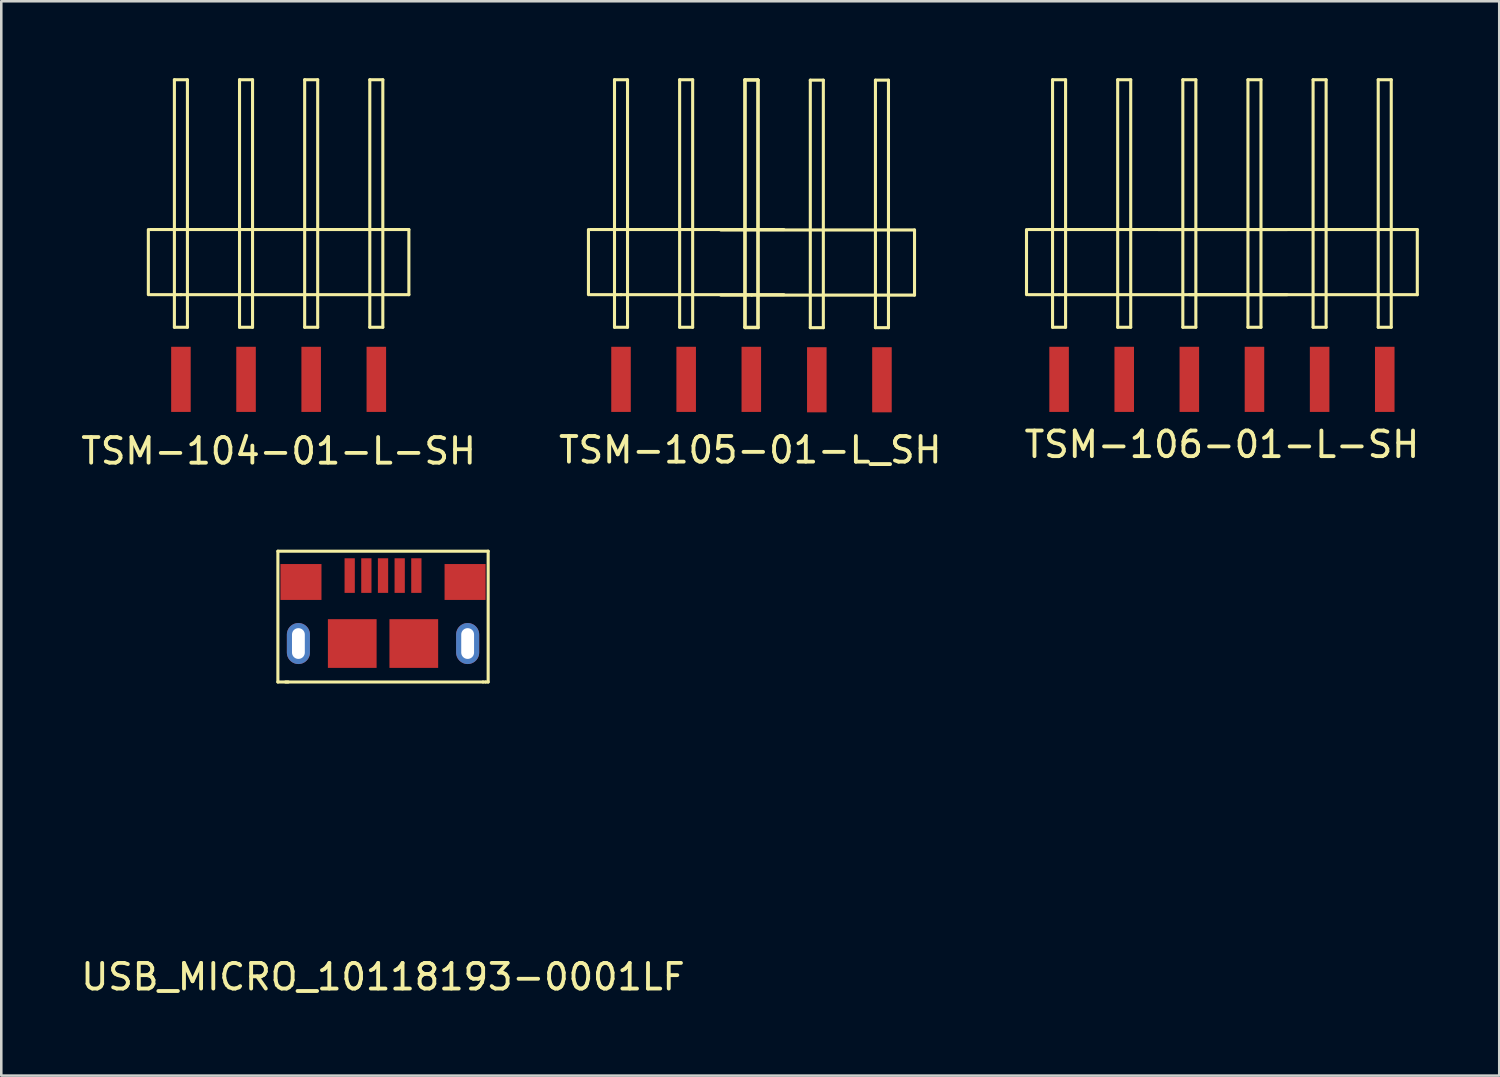
<source format=kicad_pcb>
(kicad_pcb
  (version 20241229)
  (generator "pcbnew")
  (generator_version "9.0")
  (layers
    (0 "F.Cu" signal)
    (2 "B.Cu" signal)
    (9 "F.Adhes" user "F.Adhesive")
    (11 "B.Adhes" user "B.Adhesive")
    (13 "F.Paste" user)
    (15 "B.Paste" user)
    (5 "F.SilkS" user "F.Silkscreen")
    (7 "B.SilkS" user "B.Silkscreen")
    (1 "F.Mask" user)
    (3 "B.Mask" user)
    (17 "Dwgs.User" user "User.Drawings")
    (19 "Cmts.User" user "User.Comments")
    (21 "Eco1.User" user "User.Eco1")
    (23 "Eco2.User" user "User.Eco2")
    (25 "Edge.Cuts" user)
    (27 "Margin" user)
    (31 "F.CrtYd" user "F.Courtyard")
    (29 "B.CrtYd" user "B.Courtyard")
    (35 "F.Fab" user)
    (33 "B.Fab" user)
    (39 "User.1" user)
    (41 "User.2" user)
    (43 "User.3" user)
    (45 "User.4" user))
  (footprint "TSM-104-01-L-SH"
    (layer "F.Cu")
    (at 7.815 11.744)
    (property "Reference" "TSM-104-01-L-SH" (at 0 2.794 0) (layer "F.SilkS") (effects (font (size 1 1) (thickness 0.15))))
    (attr through_hole)
    (fp_line (start -5.08 -5.842) (end -5.08 -3.302) (stroke (width 0.12) (type solid)) (layer "F.SilkS"))
    (fp_line (start -5.016 -3.302) (end -3.81 -3.302) (stroke (width 0.12) (type solid)) (layer "F.SilkS"))
    (fp_line (start -4.064 -11.684) (end -3.556 -11.684) (stroke (width 0.12) (type solid)) (layer "F.SilkS"))
    (fp_line (start -4.064 -2.032) (end -4.064 -11.684) (stroke (width 0.12) (type solid)) (layer "F.SilkS"))
    (fp_line (start -3.81 -3.302) (end 5.08 -3.302) (stroke (width 0.12) (type solid)) (layer "F.SilkS"))
    (fp_line (start -3.556 -11.684) (end -3.556 -2.032) (stroke (width 0.12) (type solid)) (layer "F.SilkS"))
    (fp_line (start -3.556 -2.032) (end -4.064 -2.032) (stroke (width 0.12) (type solid)) (layer "F.SilkS"))
    (fp_line (start -1.524 -11.684) (end -1.016 -11.684) (stroke (width 0.12) (type solid)) (layer "F.SilkS"))
    (fp_line (start -1.524 -2.032) (end -1.524 -11.684) (stroke (width 0.12) (type solid)) (layer "F.SilkS"))
    (fp_line (start -1.016 -11.684) (end -1.016 -2.032) (stroke (width 0.12) (type solid)) (layer "F.SilkS"))
    (fp_line (start -1.016 -2.032) (end -1.524 -2.032) (stroke (width 0.12) (type solid)) (layer "F.SilkS"))
    (fp_line (start 1.016 -11.684) (end 1.524 -11.684) (stroke (width 0.12) (type solid)) (layer "F.SilkS"))
    (fp_line (start 1.016 -2.032) (end 1.016 -11.684) (stroke (width 0.12) (type solid)) (layer "F.SilkS"))
    (fp_line (start 1.524 -11.684) (end 1.524 -2.032) (stroke (width 0.12) (type solid)) (layer "F.SilkS"))
    (fp_line (start 1.524 -2.032) (end 1.016 -2.032) (stroke (width 0.12) (type solid)) (layer "F.SilkS"))
    (fp_line (start 3.556 -11.684) (end 4.064 -11.684) (stroke (width 0.12) (type solid)) (layer "F.SilkS"))
    (fp_line (start 3.556 -2.032) (end 3.556 -11.684) (stroke (width 0.12) (type solid)) (layer "F.SilkS"))
    (fp_line (start 4.064 -11.684) (end 4.064 -2.032) (stroke (width 0.12) (type solid)) (layer "F.SilkS"))
    (fp_line (start 4.064 -2.032) (end 3.556 -2.032) (stroke (width 0.12) (type solid)) (layer "F.SilkS"))
    (fp_line (start 5.08 -5.842) (end -5.016 -5.842) (stroke (width 0.12) (type solid)) (layer "F.SilkS"))
    (fp_line (start 5.08 -3.302) (end 5.08 -5.842) (stroke (width 0.12) (type solid)) (layer "F.SilkS"))
    (pad "1" smd rect (at -3.809 0) (size 0.762 2.54) (layers "F.Cu" "F.Mask" "F.Paste"))
    (pad "2" smd rect (at -1.27 0) (size 0.762 2.54) (layers "F.Cu" "F.Mask" "F.Paste"))
    (pad "3" smd rect (at 1.27 0) (size 0.762 2.54) (layers "F.Cu" "F.Mask" "F.Paste"))
    (pad "4" smd rect (at 3.811 0) (size 0.762 2.54) (layers "F.Cu" "F.Mask" "F.Paste")))
  (footprint "TSM-105-01-L_SH"
    (layer "F.Cu")
    (at 26.208 11.958)
    (property "Reference" "TSM-105-01-L_SH" (at 0 2.54 0) (layer "F.SilkS") (effects (font (size 1 1) (thickness 0.15))))
    (attr through_hole)
    (fp_line (start -6.31 -6.056) (end -6.31 -3.516) (stroke (width 0.12) (type solid)) (layer "F.SilkS"))
    (fp_line (start -6.247 -3.516) (end -5.04 -3.516) (stroke (width 0.12) (type solid)) (layer "F.SilkS"))
    (fp_line (start -5.294 -11.898) (end -4.786 -11.898) (stroke (width 0.12) (type solid)) (layer "F.SilkS"))
    (fp_line (start -5.294 -2.246) (end -5.294 -11.898) (stroke (width 0.12) (type solid)) (layer "F.SilkS"))
    (fp_line (start -5.04 -3.516) (end 1.31 -3.516) (stroke (width 0.12) (type solid)) (layer "F.SilkS"))
    (fp_line (start -4.786 -11.898) (end -4.786 -2.246) (stroke (width 0.12) (type solid)) (layer "F.SilkS"))
    (fp_line (start -4.786 -2.246) (end -5.294 -2.246) (stroke (width 0.12) (type solid)) (layer "F.SilkS"))
    (fp_line (start -2.754 -11.898) (end -2.246 -11.898) (stroke (width 0.12) (type solid)) (layer "F.SilkS"))
    (fp_line (start -2.754 -2.246) (end -2.754 -11.898) (stroke (width 0.12) (type solid)) (layer "F.SilkS"))
    (fp_line (start -2.246 -11.898) (end -2.246 -2.246) (stroke (width 0.12) (type solid)) (layer "F.SilkS"))
    (fp_line (start -2.246 -2.246) (end -2.754 -2.246) (stroke (width 0.12) (type solid)) (layer "F.SilkS"))
    (fp_line (start -1.151 -3.5) (end 0.056 -3.5) (stroke (width 0.12) (type solid)) (layer "F.SilkS"))
    (fp_line (start -0.214 -11.898) (end 0.294 -11.898) (stroke (width 0.12) (type solid)) (layer "F.SilkS"))
    (fp_line (start -0.214 -2.246) (end -0.214 -11.898) (stroke (width 0.12) (type solid)) (layer "F.SilkS"))
    (fp_line (start -0.198 -11.882) (end 0.31 -11.882) (stroke (width 0.12) (type solid)) (layer "F.SilkS"))
    (fp_line (start -0.198 -2.23) (end -0.198 -11.882) (stroke (width 0.12) (type solid)) (layer "F.SilkS"))
    (fp_line (start 0.056 -3.5) (end 6.406 -3.5) (stroke (width 0.12) (type solid)) (layer "F.SilkS"))
    (fp_line (start 0.294 -11.898) (end 0.294 -2.246) (stroke (width 0.12) (type solid)) (layer "F.SilkS"))
    (fp_line (start 0.294 -2.246) (end -0.214 -2.246) (stroke (width 0.12) (type solid)) (layer "F.SilkS"))
    (fp_line (start 0.31 -11.882) (end 0.31 -2.23) (stroke (width 0.12) (type solid)) (layer "F.SilkS"))
    (fp_line (start 0.31 -2.23) (end -0.198 -2.23) (stroke (width 0.12) (type solid)) (layer "F.SilkS"))
    (fp_line (start 1.31 -6.056) (end -6.247 -6.056) (stroke (width 0.12) (type solid)) (layer "F.SilkS"))
    (fp_line (start 2.342 -11.882) (end 2.85 -11.882) (stroke (width 0.12) (type solid)) (layer "F.SilkS"))
    (fp_line (start 2.342 -2.23) (end 2.342 -11.882) (stroke (width 0.12) (type solid)) (layer "F.SilkS"))
    (fp_line (start 2.85 -11.882) (end 2.85 -2.23) (stroke (width 0.12) (type solid)) (layer "F.SilkS"))
    (fp_line (start 2.85 -2.23) (end 2.342 -2.23) (stroke (width 0.12) (type solid)) (layer "F.SilkS"))
    (fp_line (start 4.882 -11.882) (end 5.39 -11.882) (stroke (width 0.12) (type solid)) (layer "F.SilkS"))
    (fp_line (start 4.882 -2.23) (end 4.882 -11.882) (stroke (width 0.12) (type solid)) (layer "F.SilkS"))
    (fp_line (start 5.39 -11.882) (end 5.39 -2.23) (stroke (width 0.12) (type solid)) (layer "F.SilkS"))
    (fp_line (start 5.39 -2.23) (end 4.882 -2.23) (stroke (width 0.12) (type solid)) (layer "F.SilkS"))
    (fp_line (start 6.406 -6.04) (end -1.151 -6.04) (stroke (width 0.12) (type solid)) (layer "F.SilkS"))
    (fp_line (start 6.406 -3.5) (end 6.406 -6.04) (stroke (width 0.12) (type solid)) (layer "F.SilkS"))
    (pad "1" smd rect (at -5.04 -0.214) (size 0.762 2.54) (layers "F.Cu" "F.Mask" "F.Paste"))
    (pad "2" smd rect (at -2.499 -0.214) (size 0.762 2.54) (layers "F.Cu" "F.Mask" "F.Paste"))
    (pad "3" smd rect (at 0.041 -0.214) (size 0.762 2.54) (layers "F.Cu" "F.Mask" "F.Paste"))
    (pad "4" smd rect (at 2.596 -0.198) (size 0.762 2.54) (layers "F.Cu" "F.Mask" "F.Paste"))
    (pad "5" smd rect (at 5.136 -0.198) (size 0.762 2.54) (layers "F.Cu" "F.Mask" "F.Paste")))
  (footprint "TSM-106-01-L-SH"
    (layer "F.Cu")
    (at 44.601 11.744)
    (property "Reference" "TSM-106-01-L-SH" (at 0 2.54 0) (layer "F.SilkS") (effects (font (size 1 1) (thickness 0.15))))
    (attr through_hole)
    (fp_line (start -7.62 -5.842) (end -7.62 -3.302) (stroke (width 0.12) (type solid)) (layer "F.SilkS"))
    (fp_line (start -7.556 -3.302) (end -6.35 -3.302) (stroke (width 0.12) (type solid)) (layer "F.SilkS"))
    (fp_line (start -6.604 -11.684) (end -6.096 -11.684) (stroke (width 0.12) (type solid)) (layer "F.SilkS"))
    (fp_line (start -6.604 -2.032) (end -6.604 -11.684) (stroke (width 0.12) (type solid)) (layer "F.SilkS"))
    (fp_line (start -6.35 -3.302) (end 2.54 -3.302) (stroke (width 0.12) (type solid)) (layer "F.SilkS"))
    (fp_line (start -6.096 -11.684) (end -6.096 -2.032) (stroke (width 0.12) (type solid)) (layer "F.SilkS"))
    (fp_line (start -6.096 -2.032) (end -6.604 -2.032) (stroke (width 0.12) (type solid)) (layer "F.SilkS"))
    (fp_line (start -4.064 -11.684) (end -3.556 -11.684) (stroke (width 0.12) (type solid)) (layer "F.SilkS"))
    (fp_line (start -4.064 -2.032) (end -4.064 -11.684) (stroke (width 0.12) (type solid)) (layer "F.SilkS"))
    (fp_line (start -3.556 -11.684) (end -3.556 -2.032) (stroke (width 0.12) (type solid)) (layer "F.SilkS"))
    (fp_line (start -3.556 -2.032) (end -4.064 -2.032) (stroke (width 0.12) (type solid)) (layer "F.SilkS"))
    (fp_line (start -1.524 -11.684) (end -1.016 -11.684) (stroke (width 0.12) (type solid)) (layer "F.SilkS"))
    (fp_line (start -1.524 -2.032) (end -1.524 -11.684) (stroke (width 0.12) (type solid)) (layer "F.SilkS"))
    (fp_line (start -1.27 -3.302) (end 7.62 -3.302) (stroke (width 0.12) (type solid)) (layer "F.SilkS"))
    (fp_line (start -1.016 -11.684) (end -1.016 -2.032) (stroke (width 0.12) (type solid)) (layer "F.SilkS"))
    (fp_line (start -1.016 -2.032) (end -1.524 -2.032) (stroke (width 0.12) (type solid)) (layer "F.SilkS"))
    (fp_line (start 1.016 -11.684) (end 1.524 -11.684) (stroke (width 0.12) (type solid)) (layer "F.SilkS"))
    (fp_line (start 1.016 -2.032) (end 1.016 -11.684) (stroke (width 0.12) (type solid)) (layer "F.SilkS"))
    (fp_line (start 1.524 -11.684) (end 1.524 -2.032) (stroke (width 0.12) (type solid)) (layer "F.SilkS"))
    (fp_line (start 1.524 -2.032) (end 1.016 -2.032) (stroke (width 0.12) (type solid)) (layer "F.SilkS"))
    (fp_line (start 2.54 -5.842) (end -7.556 -5.842) (stroke (width 0.12) (type solid)) (layer "F.SilkS"))
    (fp_line (start 3.556 -11.684) (end 4.064 -11.684) (stroke (width 0.12) (type solid)) (layer "F.SilkS"))
    (fp_line (start 3.556 -2.032) (end 3.556 -11.684) (stroke (width 0.12) (type solid)) (layer "F.SilkS"))
    (fp_line (start 4.064 -11.684) (end 4.064 -2.032) (stroke (width 0.12) (type solid)) (layer "F.SilkS"))
    (fp_line (start 4.064 -2.032) (end 3.556 -2.032) (stroke (width 0.12) (type solid)) (layer "F.SilkS"))
    (fp_line (start 6.096 -11.684) (end 6.604 -11.684) (stroke (width 0.12) (type solid)) (layer "F.SilkS"))
    (fp_line (start 6.096 -2.032) (end 6.096 -11.684) (stroke (width 0.12) (type solid)) (layer "F.SilkS"))
    (fp_line (start 6.604 -11.684) (end 6.604 -2.032) (stroke (width 0.12) (type solid)) (layer "F.SilkS"))
    (fp_line (start 6.604 -2.032) (end 6.096 -2.032) (stroke (width 0.12) (type solid)) (layer "F.SilkS"))
    (fp_line (start 7.62 -5.842) (end -2.477 -5.842) (stroke (width 0.12) (type solid)) (layer "F.SilkS"))
    (fp_line (start 7.62 -3.302) (end 7.62 -5.842) (stroke (width 0.12) (type solid)) (layer "F.SilkS"))
    (pad "1" smd rect (at -6.349 0) (size 0.762 2.54) (layers "F.Cu" "F.Mask" "F.Paste"))
    (pad "2" smd rect (at -3.809 0) (size 0.762 2.54) (layers "F.Cu" "F.Mask" "F.Paste"))
    (pad "3" smd rect (at -1.27 0) (size 0.762 2.54) (layers "F.Cu" "F.Mask" "F.Paste"))
    (pad "4" smd rect (at 1.27 0) (size 0.762 2.54) (layers "F.Cu" "F.Mask" "F.Paste"))
    (pad "5" smd rect (at 3.811 0) (size 0.762 2.54) (layers "F.Cu" "F.Mask" "F.Paste"))
    (pad "6" smd rect (at 6.351 0) (size 0.762 2.54) (layers "F.Cu" "F.Mask" "F.Paste")))
  (footprint "USB_MICRO_10118193-0001LF"
    (layer "F.Cu")
    (at 11.887 22.046)
    (property "Reference" "USB_MICRO_10118193-0001LF" (at 0 13 0) (layer "F.SilkS") (effects (font (size 1 1) (thickness 0.15))))
    (attr through_hole)
    (fp_line (start -4.1 -3.6) (end -4.1 1.5) (stroke (width 0.12) (type solid)) (layer "F.SilkS"))
    (fp_line (start -4.1 1.5) (end -3.7 1.5) (stroke (width 0.12) (type solid)) (layer "F.SilkS"))
    (fp_line (start -3.8 1.5) (end 3.9 1.5) (stroke (width 0.12) (type solid)) (layer "F.SilkS"))
    (fp_line (start 3.9 1.5) (end 4 1.5) (stroke (width 0.12) (type solid)) (layer "F.SilkS"))
    (fp_line (start 4 1.5) (end 4.1 1.5) (stroke (width 0.12) (type solid)) (layer "F.SilkS"))
    (fp_line (start 4.1 -3.6) (end -4.1 -3.6) (stroke (width 0.12) (type solid)) (layer "F.SilkS"))
    (fp_line (start 4.1 1.5) (end 4.1 -3.6) (stroke (width 0.12) (type solid)) (layer "F.SilkS"))
    (pad "1" smd rect (at -1.3 -2.65) (size 0.4 1.35) (layers "F.Cu" "F.Mask" "F.Paste"))
    (pad "2" smd rect (at -0.65 -2.65) (size 0.4 1.35) (layers "F.Cu" "F.Mask" "F.Paste"))
    (pad "3" smd rect (at 0 -2.65) (size 0.4 1.35) (layers "F.Cu" "F.Mask" "F.Paste"))
    (pad "4" smd rect (at 0.65 -2.65) (size 0.4 1.35) (layers "F.Cu" "F.Mask" "F.Paste"))
    (pad "5" smd rect (at 1.3 -2.65) (size 0.4 1.35) (layers "F.Cu" "F.Mask" "F.Paste"))
    (pad "6" thru_hole oval (at -3.3 0) (size 0.9 1.6) (drill oval 0.5 1.2) (layers "*.Cu" "*.Mask"))
    (pad "6" smd rect (at -3.2 -2.4) (size 1.6 1.4) (layers "F.Cu" "F.Mask" "F.Paste"))
    (pad "6" smd rect (at -1.2 0) (size 1.9 1.9) (layers "F.Cu" "F.Mask" "F.Paste"))
    (pad "6" smd rect (at 1.2 0) (size 1.9 1.9) (layers "F.Cu" "F.Mask" "F.Paste"))
    (pad "6" smd rect (at 3.2 -2.4) (size 1.6 1.4) (layers "F.Cu" "F.Mask" "F.Paste"))
    (pad "6" thru_hole oval (at 3.3 0) (size 0.9 1.6) (drill oval 0.5 1.2) (layers "*.Cu" "*.Mask")))
  (gr_rect
    (start -3 -3)
    (end 55.417 38.895)
    (stroke (width 0.1) (type default))
    (fill no)
    (layer "Edge.Cuts")))
</source>
